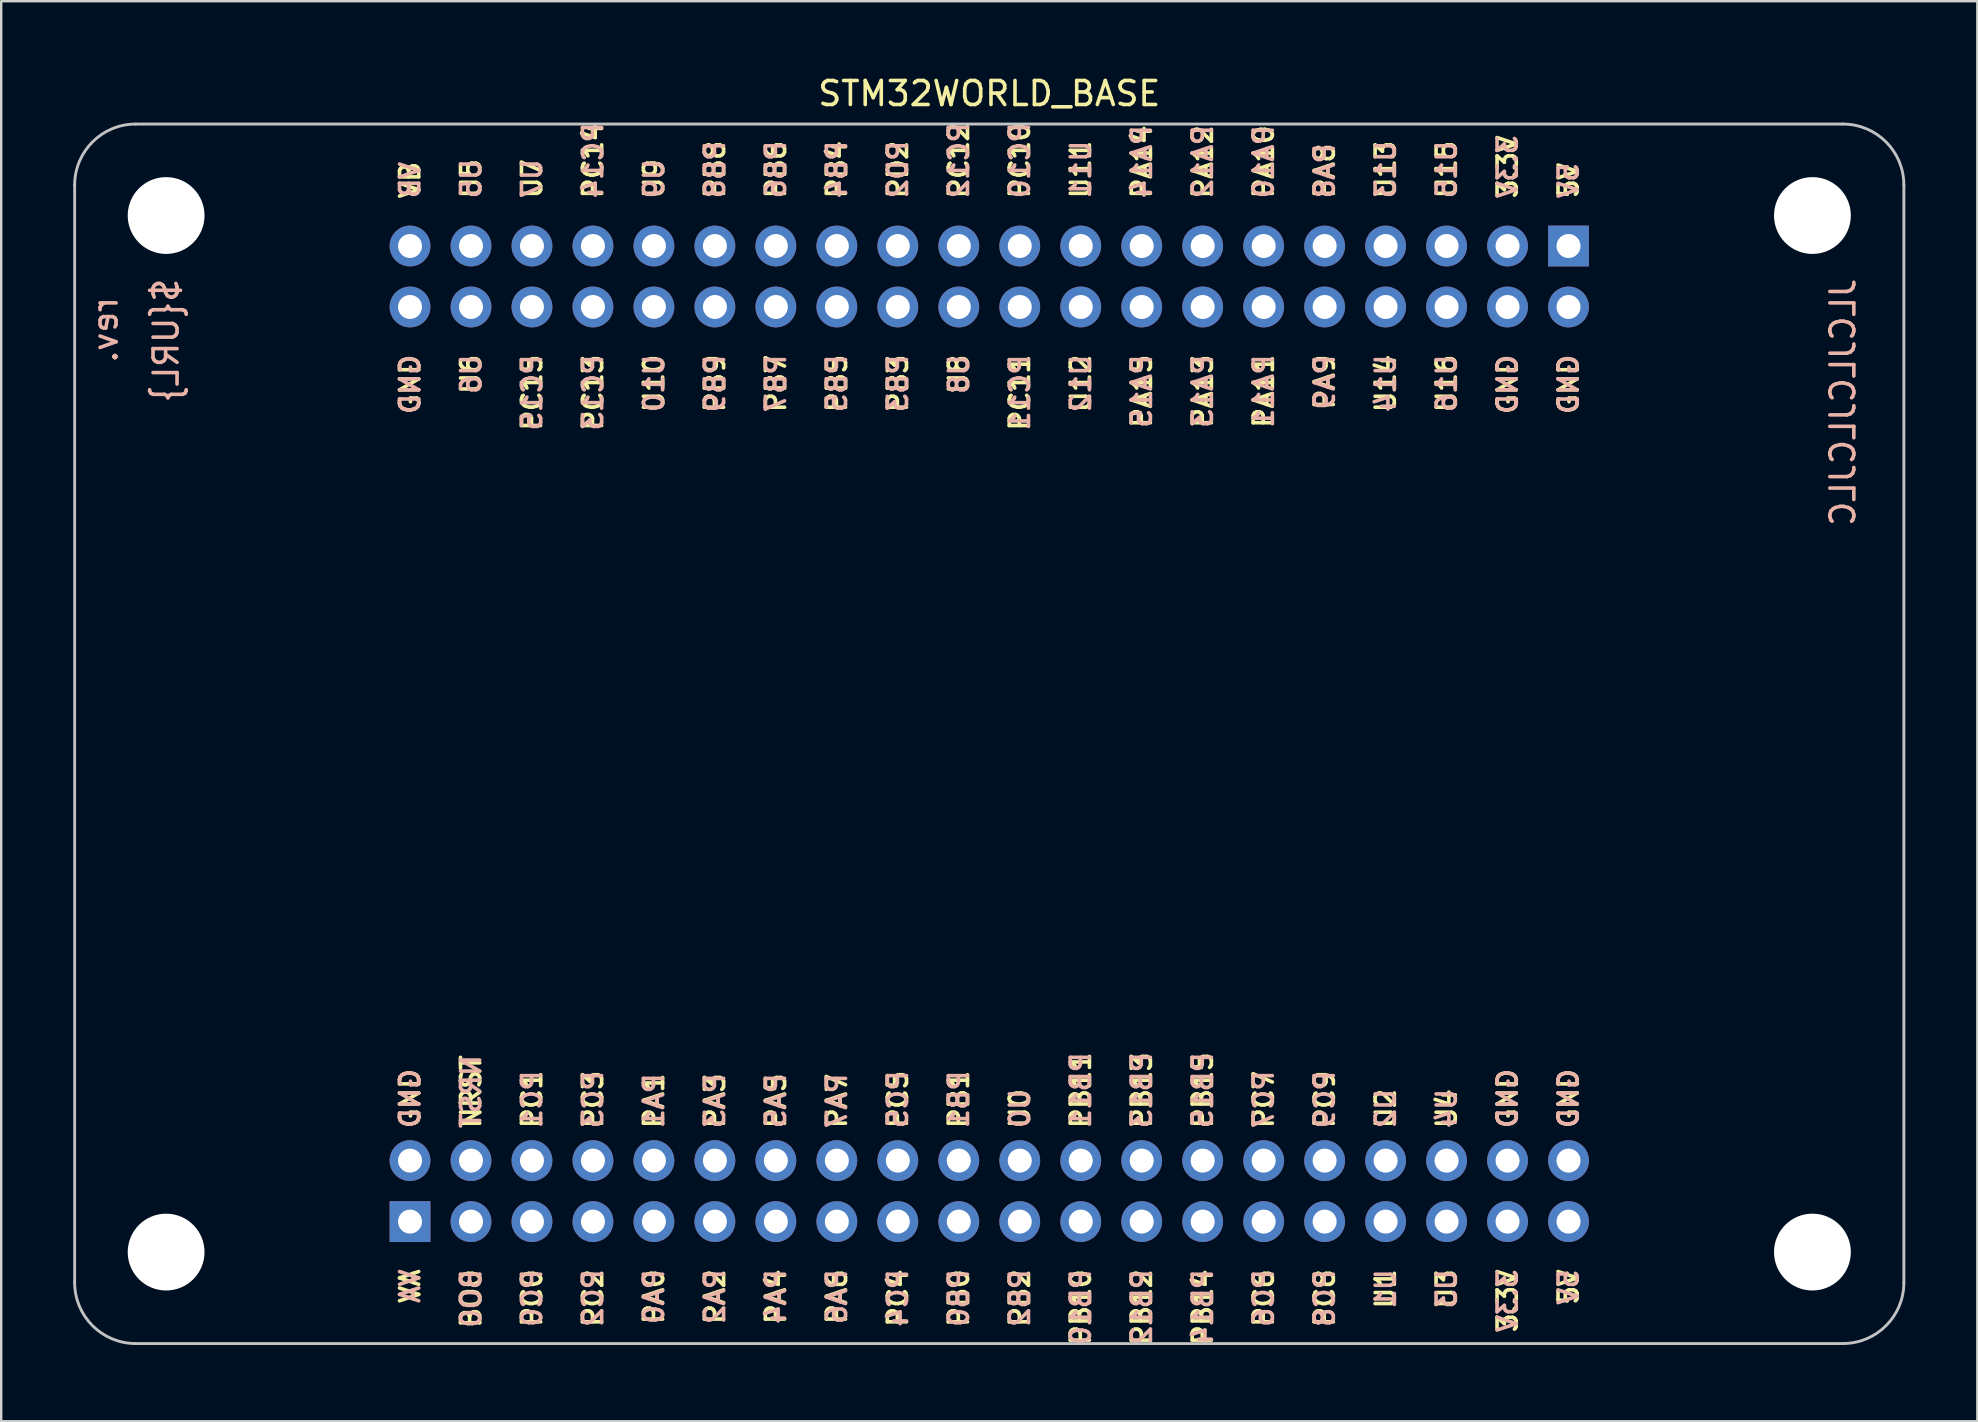
<source format=kicad_pcb>
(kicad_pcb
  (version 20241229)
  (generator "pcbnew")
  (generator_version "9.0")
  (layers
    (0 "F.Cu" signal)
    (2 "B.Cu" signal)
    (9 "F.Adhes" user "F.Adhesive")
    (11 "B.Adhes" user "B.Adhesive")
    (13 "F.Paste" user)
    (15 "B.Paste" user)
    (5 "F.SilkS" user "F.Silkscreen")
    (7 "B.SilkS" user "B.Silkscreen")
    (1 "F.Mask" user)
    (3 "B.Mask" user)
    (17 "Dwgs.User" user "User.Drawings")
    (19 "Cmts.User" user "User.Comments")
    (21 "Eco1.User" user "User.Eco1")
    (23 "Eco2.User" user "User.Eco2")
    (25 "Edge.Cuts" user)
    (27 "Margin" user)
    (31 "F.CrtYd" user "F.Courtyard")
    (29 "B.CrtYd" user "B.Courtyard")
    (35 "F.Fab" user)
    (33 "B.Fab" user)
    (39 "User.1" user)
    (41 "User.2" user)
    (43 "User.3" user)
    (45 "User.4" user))
  (footprint "STM32WORLD_BASE"
    (layer "F.Cu")
    (at 38.16 27.518)
    (property "Reference" "STM32WORLD_BASE" (at 0 -26.67 0) (layer "F.SilkS") (effects (font (size 1 1) (thickness 0.15))))
    (attr through_hole exclude_from_pos_files exclude_from_bom)
    (fp_line (start -38.1 -22.86) (end -38.1 22.86) (stroke (width 0.12) (type solid)) (layer "Dwgs.User"))
    (fp_line (start -35.56 25.4) (end 35.56 25.4) (stroke (width 0.12) (type solid)) (layer "Dwgs.User"))
    (fp_line (start 35.56 -25.4) (end -35.56 -25.4) (stroke (width 0.12) (type solid)) (layer "Dwgs.User"))
    (fp_line (start 38.1 22.86) (end 38.1 -22.86) (stroke (width 0.12) (type solid)) (layer "Dwgs.User"))
    (fp_arc (start -38.1 -22.86) (mid -37.356051 -24.656051) (end -35.56 -25.4) (stroke (width 0.12) (type solid)) (layer "Dwgs.User"))
    (fp_arc (start -35.56 25.4) (mid -37.356051 24.656051) (end -38.1 22.86) (stroke (width 0.12) (type solid)) (layer "Dwgs.User"))
    (fp_arc (start 35.56 -25.4) (mid 37.356051 -24.656051) (end 38.1 -22.86) (stroke (width 0.12) (type solid)) (layer "Dwgs.User"))
    (fp_arc (start 38.1 22.86) (mid 37.356051 24.656051) (end 35.56 25.4) (stroke (width 0.12) (type solid)) (layer "Dwgs.User"))
    (fp_text user "U7" (at -19.05 -22.225 90) (layer "F.SilkS") (effects (font (size 0.8 0.8) (thickness 0.15)) (justify left)))
    (fp_text user "PA11" (at 11.43 -15.875 90) (layer "F.SilkS") (effects (font (size 0.8 0.8) (thickness 0.15)) (justify right)))
    (fp_text user "PB5" (at -6.35 -15.875 90) (layer "F.SilkS") (effects (font (size 0.8 0.8) (thickness 0.15)) (justify right)))
    (fp_text user "PB15" (at 8.89 16.51 90) (layer "F.SilkS") (effects (font (size 0.8 0.8) (thickness 0.15)) (justify left)))
    (fp_text user "PA15" (at 6.35 -15.875 90) (layer "F.SilkS") (effects (font (size 0.8 0.8) (thickness 0.15)) (justify right)))
    (fp_text user "U0" (at 1.27 16.51 90) (layer "F.SilkS") (effects (font (size 0.8 0.8) (thickness 0.15)) (justify left)))
    (fp_text user "U6" (at -21.59 -15.875 90) (layer "F.SilkS") (effects (font (size 0.8 0.8) (thickness 0.15)) (justify right)))
    (fp_text user "BO0" (at -21.59 22.225 90) (layer "F.SilkS") (effects (font (size 0.8 0.8) (thickness 0.15)) (justify right)))
    (fp_text user "PB13" (at 6.35 16.51 90) (layer "F.SilkS") (effects (font (size 0.8 0.8) (thickness 0.15)) (justify left)))
    (fp_text user "PA4" (at -8.89 22.225 90) (layer "F.SilkS") (effects (font (size 0.8 0.8) (thickness 0.15)) (justify right)))
    (fp_text user "3.3V" (at 21.59 -22.225 90) (layer "F.SilkS") (effects (font (size 0.8 0.8) (thickness 0.15)) (justify left)))
    (fp_text user "PA10" (at 11.43 -22.225 90) (layer "F.SilkS") (effects (font (size 0.8 0.8) (thickness 0.15)) (justify left)))
    (fp_text user "3.3V" (at 21.59 22.225 90) (layer "F.SilkS") (effects (font (size 0.8 0.8) (thickness 0.15)) (justify right)))
    (fp_text user "PB14" (at 8.89 22.225 90) (layer "F.SilkS") (effects (font (size 0.8 0.8) (thickness 0.15)) (justify right)))
    (fp_text user "PD2" (at -3.81 -22.225 90) (layer "F.SilkS") (effects (font (size 0.8 0.8) (thickness 0.15)) (justify left)))
    (fp_text user "PC15" (at -19.05 -15.875 90) (layer "F.SilkS") (effects (font (size 0.8 0.8) (thickness 0.15)) (justify right)))
    (fp_text user "PC6" (at 11.43 22.225 90) (layer "F.SilkS") (effects (font (size 0.8 0.8) (thickness 0.15)) (justify right)))
    (fp_text user "U9" (at -13.97 -22.225 90) (layer "F.SilkS") (effects (font (size 0.8 0.8) (thickness 0.15)) (justify left)))
    (fp_text user "U12" (at 3.81 -15.875 90) (layer "F.SilkS") (effects (font (size 0.8 0.8) (thickness 0.15)) (justify right)))
    (fp_text user "PB0" (at -1.27 22.225 90) (layer "F.SilkS") (effects (font (size 0.8 0.8) (thickness 0.15)) (justify right)))
    (fp_text user "U4" (at 19.05 16.51 90) (layer "F.SilkS") (effects (font (size 0.8 0.8) (thickness 0.15)) (justify left)))
    (fp_text user "PA14" (at 6.35 -22.225 90) (layer "F.SilkS") (effects (font (size 0.8 0.8) (thickness 0.15)) (justify left)))
    (fp_text user "U8" (at -1.27 -15.875 90) (layer "F.SilkS") (effects (font (size 0.8 0.8) (thickness 0.15)) (justify right)))
    (fp_text user "PC13" (at -16.51 -15.875 90) (layer "F.SilkS") (effects (font (size 0.8 0.8) (thickness 0.15)) (justify right)))
    (fp_text user "GND" (at 21.59 16.51 90) (layer "F.SilkS") (effects (font (size 0.8 0.8) (thickness 0.15)) (justify left)))
    (fp_text user "PC0" (at -19.05 22.225 90) (layer "F.SilkS") (effects (font (size 0.8 0.8) (thickness 0.15)) (justify right)))
    (fp_text user "PC2" (at -16.51 22.225 90) (layer "F.SilkS") (effects (font (size 0.8 0.8) (thickness 0.15)) (justify right)))
    (fp_text user "PA1" (at -13.97 16.51 90) (layer "F.SilkS") (effects (font (size 0.8 0.8) (thickness 0.15)) (justify left)))
    (fp_text user "PA5" (at -8.89 16.51 90) (layer "F.SilkS") (effects (font (size 0.8 0.8) (thickness 0.15)) (justify left)))
    (fp_text user "GND" (at 21.59 -15.875 90) (layer "F.SilkS") (effects (font (size 0.8 0.8) (thickness 0.15)) (justify right)))
    (fp_text user "U10" (at -13.97 -15.875 90) (layer "F.SilkS") (effects (font (size 0.8 0.8) (thickness 0.15)) (justify right)))
    (fp_text user "U5" (at -21.59 -22.225 90) (layer "F.SilkS") (effects (font (size 0.8 0.8) (thickness 0.15)) (justify left)))
    (fp_text user "PC9" (at 13.97 16.51 90) (layer "F.SilkS") (effects (font (size 0.8 0.8) (thickness 0.15)) (justify left)))
    (fp_text user "PA8" (at 13.97 -22.225 90) (layer "F.SilkS") (effects (font (size 0.8 0.8) (thickness 0.15)) (justify left)))
    (fp_text user "GND" (at -24.13 -15.875 90) (layer "F.SilkS") (effects (font (size 0.8 0.8) (thickness 0.15)) (justify right)))
    (fp_text user "PA0" (at -13.97 22.225 90) (layer "F.SilkS") (effects (font (size 0.8 0.8) (thickness 0.15)) (justify right)))
    (fp_text user "PC1" (at -19.05 16.51 90) (layer "F.SilkS") (effects (font (size 0.8 0.8) (thickness 0.15)) (justify left)))
    (fp_text user "U3" (at 19.05 22.225 90) (layer "F.SilkS") (effects (font (size 0.8 0.8) (thickness 0.15)) (justify right)))
    (fp_text user "PB2" (at 1.27 22.225 90) (layer "F.SilkS") (effects (font (size 0.8 0.8) (thickness 0.15)) (justify right)))
    (fp_text user "VA" (at -24.13 22.225 90) (layer "F.SilkS") (effects (font (size 0.8 0.8) (thickness 0.15)) (justify right)))
    (fp_text user "U1" (at 16.51 22.225 90) (layer "F.SilkS") (effects (font (size 0.8 0.8) (thickness 0.15)) (justify right)))
    (fp_text user "PB9" (at -11.43 -15.875 90) (layer "F.SilkS") (effects (font (size 0.8 0.8) (thickness 0.15)) (justify right)))
    (fp_text user "PC3" (at -16.51 16.51 90) (layer "F.SilkS") (effects (font (size 0.8 0.8) (thickness 0.15)) (justify left)))
    (fp_text user "U14" (at 16.51 -15.875 90) (layer "F.SilkS") (effects (font (size 0.8 0.8) (thickness 0.15)) (justify right)))
    (fp_text user "PB10" (at 3.81 22.225 90) (layer "F.SilkS") (effects (font (size 0.8 0.8) (thickness 0.15)) (justify right)))
    (fp_text user "PC5" (at -3.81 16.51 90) (layer "F.SilkS") (effects (font (size 0.8 0.8) (thickness 0.15)) (justify left)))
    (fp_text user "PA7" (at -6.35 16.51 90) (layer "F.SilkS") (effects (font (size 0.8 0.8) (thickness 0.15)) (justify left)))
    (fp_text user "U2" (at 16.51 16.51 90) (layer "F.SilkS") (effects (font (size 0.8 0.8) (thickness 0.15)) (justify left)))
    (fp_text user "PA2" (at -11.43 22.225 90) (layer "F.SilkS") (effects (font (size 0.8 0.8) (thickness 0.15)) (justify right)))
    (fp_text user "PA9" (at 13.97 -15.875 90) (layer "F.SilkS") (effects (font (size 0.8 0.8) (thickness 0.15)) (justify right)))
    (fp_text user "U13" (at 16.51 -22.225 90) (layer "F.SilkS") (effects (font (size 0.8 0.8) (thickness 0.15)) (justify left)))
    (fp_text user "PB7" (at -8.89 -15.875 90) (layer "F.SilkS") (effects (font (size 0.8 0.8) (thickness 0.15)) (justify right)))
    (fp_text user "U15" (at 19.05 -22.225 90) (layer "F.SilkS") (effects (font (size 0.8 0.8) (thickness 0.15)) (justify left)))
    (fp_text user "PC4" (at -3.81 22.225 90) (layer "F.SilkS") (effects (font (size 0.8 0.8) (thickness 0.15)) (justify right)))
    (fp_text user "PB12" (at 6.35 22.225 90) (layer "F.SilkS") (effects (font (size 0.8 0.8) (thickness 0.15)) (justify right)))
    (fp_text user "VB" (at -24.13 -22.225 90) (layer "F.SilkS") (effects (font (size 0.8 0.8) (thickness 0.15)) (justify left)))
    (fp_text user "U16" (at 19.05 -15.875 90) (layer "F.SilkS") (effects (font (size 0.8 0.8) (thickness 0.15)) (justify right)))
    (fp_text user "PA13" (at 8.89 -15.875 90) (layer "F.SilkS") (effects (font (size 0.8 0.8) (thickness 0.15)) (justify right)))
    (fp_text user "PB3" (at -3.81 -15.875 90) (layer "F.SilkS") (effects (font (size 0.8 0.8) (thickness 0.15)) (justify right)))
    (fp_text user "PC14" (at -16.51 -22.225 90) (layer "F.SilkS") (effects (font (size 0.8 0.8) (thickness 0.15)) (justify left)))
    (fp_text user "PA6" (at -6.35 22.225 90) (layer "F.SilkS") (effects (font (size 0.8 0.8) (thickness 0.15)) (justify right)))
    (fp_text user "PB11" (at 3.81 16.51 90) (layer "F.SilkS") (effects (font (size 0.8 0.8) (thickness 0.15)) (justify left)))
    (fp_text user "PC10" (at 1.27 -22.225 90) (layer "F.SilkS") (effects (font (size 0.8 0.8) (thickness 0.15)) (justify left)))
    (fp_text user "5V" (at 24.13 -22.225 90) (layer "F.SilkS") (effects (font (size 0.8 0.8) (thickness 0.15)) (justify left)))
    (fp_text user "PB8" (at -11.43 -22.225 90) (layer "F.SilkS") (effects (font (size 0.8 0.8) (thickness 0.15)) (justify left)))
    (fp_text user "PA3" (at -11.43 16.51 90) (layer "F.SilkS") (effects (font (size 0.8 0.8) (thickness 0.15)) (justify left)))
    (fp_text user "PC12" (at -1.27 -22.225 90) (layer "F.SilkS") (effects (font (size 0.8 0.8) (thickness 0.15)) (justify left)))
    (fp_text user "GND" (at 24.13 16.51 90) (layer "F.SilkS") (effects (font (size 0.8 0.8) (thickness 0.15)) (justify left)))
    (fp_text user "PC11" (at 1.27 -15.875 90) (layer "F.SilkS") (effects (font (size 0.8 0.8) (thickness 0.15)) (justify right)))
    (fp_text user "U11" (at 3.81 -22.225 90) (layer "F.SilkS") (effects (font (size 0.8 0.8) (thickness 0.15)) (justify left)))
    (fp_text user "PB4" (at -6.35 -22.225 90) (layer "F.SilkS") (effects (font (size 0.8 0.8) (thickness 0.15)) (justify left)))
    (fp_text user "GND" (at 24.13 -15.875 90) (layer "F.SilkS") (effects (font (size 0.8 0.8) (thickness 0.15)) (justify right)))
    (fp_text user "PC7" (at 11.43 16.51 90) (layer "F.SilkS") (effects (font (size 0.8 0.8) (thickness 0.15)) (justify left)))
    (fp_text user "5V" (at 24.13 22.225 90) (layer "F.SilkS") (effects (font (size 0.8 0.8) (thickness 0.15)) (justify right)))
    (fp_text user "PC8" (at 13.97 22.225 90) (layer "F.SilkS") (effects (font (size 0.8 0.8) (thickness 0.15)) (justify right)))
    (fp_text user "GND" (at -24.13 16.51 90) (layer "F.SilkS") (effects (font (size 0.8 0.8) (thickness 0.15)) (justify left)))
    (fp_text user "PB6" (at -8.89 -22.225 90) (layer "F.SilkS") (effects (font (size 0.8 0.8) (thickness 0.15)) (justify left)))
    (fp_text user "PB1" (at -1.27 16.51 90) (layer "F.SilkS") (effects (font (size 0.8 0.8) (thickness 0.15)) (justify left)))
    (fp_text user "NRST" (at -21.59 16.51 90) (layer "F.SilkS") (effects (font (size 0.8 0.8) (thickness 0.15)) (justify left)))
    (fp_text user "PA12" (at 8.89 -22.225 90) (layer "F.SilkS") (effects (font (size 0.8 0.8) (thickness 0.15)) (justify left)))
    (fp_text user "PB6" (at -8.89 -22.225 90) (layer "B.SilkS") (effects (font (size 0.8 0.8) (thickness 0.15)) (justify right mirror)))
    (fp_text user "U6" (at -21.59 -15.875 90) (layer "B.SilkS") (effects (font (size 0.8 0.8) (thickness 0.15)) (justify left mirror)))
    (fp_text user "PC4" (at -3.81 22.225 90) (layer "B.SilkS") (effects (font (size 0.8 0.8) (thickness 0.15)) (justify left mirror)))
    (fp_text user "PA4" (at -8.89 22.225 90) (layer "B.SilkS") (effects (font (size 0.8 0.8) (thickness 0.15)) (justify left mirror)))
    (fp_text user "${TITLE} rev. ${REVISION}" (at -36.83 -19.05 90) (unlocked yes) (layer "B.SilkS") (effects (font (size 1 1) (thickness 0.15)) (justify left mirror)))
    (fp_text user "U16" (at 19.05 -15.875 90) (layer "B.SilkS") (effects (font (size 0.8 0.8) (thickness 0.15)) (justify left mirror)))
    (fp_text user "PA13" (at 8.89 -15.875 90) (layer "B.SilkS") (effects (font (size 0.8 0.8) (thickness 0.15)) (justify left mirror)))
    (fp_text user "PC0" (at -19.05 22.225 90) (layer "B.SilkS") (effects (font (size 0.8 0.8) (thickness 0.15)) (justify left mirror)))
    (fp_text user "PC1" (at -19.05 16.51 90) (layer "B.SilkS") (effects (font (size 0.8 0.8) (thickness 0.15)) (justify right mirror)))
    (fp_text user "${URL}" (at -34.29 -19.05 90) (unlocked yes) (layer "B.SilkS") (effects (font (size 1 1) (thickness 0.15)) (justify left mirror)))
    (fp_text user "PB5" (at -6.35 -15.875 90) (layer "B.SilkS") (effects (font (size 0.8 0.8) (thickness 0.15)) (justify left mirror)))
    (fp_text user "U3" (at 19.05 22.225 90) (layer "B.SilkS") (effects (font (size 0.8 0.8) (thickness 0.15)) (justify left mirror)))
    (fp_text user "PB2" (at 1.27 22.225 90) (layer "B.SilkS") (effects (font (size 0.8 0.8) (thickness 0.15)) (justify left mirror)))
    (fp_text user "U9" (at -13.97 -22.225 90) (layer "B.SilkS") (effects (font (size 0.8 0.8) (thickness 0.15)) (justify right mirror)))
    (fp_text user "PB14" (at 8.89 22.225 90) (layer "B.SilkS") (effects (font (size 0.8 0.8) (thickness 0.15)) (justify left mirror)))
    (fp_text user "PB13" (at 6.35 16.51 90) (layer "B.SilkS") (effects (font (size 0.8 0.8) (thickness 0.15)) (justify right mirror)))
    (fp_text user "BO0" (at -21.59 22.225 90) (layer "B.SilkS") (effects (font (size 0.8 0.8) (thickness 0.15)) (justify left mirror)))
    (fp_text user "VA" (at -24.13 22.225 90) (layer "B.SilkS") (effects (font (size 0.8 0.8) (thickness 0.15)) (justify left mirror)))
    (fp_text user "PC6" (at 11.43 22.225 90) (layer "B.SilkS") (effects (font (size 0.8 0.8) (thickness 0.15)) (justify left mirror)))
    (fp_text user "GND" (at 24.13 16.51 90) (layer "B.SilkS") (effects (font (size 0.8 0.8) (thickness 0.15)) (justify right mirror)))
    (fp_text user "VB" (at -24.13 -22.225 90) (layer "B.SilkS") (effects (font (size 0.8 0.8) (thickness 0.15)) (justify right mirror)))
    (fp_text user "U2" (at 16.51 16.51 90) (layer "B.SilkS") (effects (font (size 0.8 0.8) (thickness 0.15)) (justify right mirror)))
    (fp_text user "3.3V" (at 21.59 -22.225 90) (layer "B.SilkS") (effects (font (size 0.8 0.8) (thickness 0.15)) (justify right mirror)))
    (fp_text user "PA14" (at 6.35 -22.225 90) (layer "B.SilkS") (effects (font (size 0.8 0.8) (thickness 0.15)) (justify right mirror)))
    (fp_text user "U13" (at 16.51 -22.225 90) (layer "B.SilkS") (effects (font (size 0.8 0.8) (thickness 0.15)) (justify right mirror)))
    (fp_text user "PA11" (at 11.43 -15.875 90) (layer "B.SilkS") (effects (font (size 0.8 0.8) (thickness 0.15)) (justify left mirror)))
    (fp_text user "PA1" (at -13.97 16.51 90) (layer "B.SilkS") (effects (font (size 0.8 0.8) (thickness 0.15)) (justify right mirror)))
    (fp_text user "PC12" (at -1.27 -22.225 90) (layer "B.SilkS") (effects (font (size 0.8 0.8) (thickness 0.15)) (justify right mirror)))
    (fp_text user "PA15" (at 6.35 -15.875 90) (layer "B.SilkS") (effects (font (size 0.8 0.8) (thickness 0.15)) (justify left mirror)))
    (fp_text user "JLCJLCJLCJLC" (at 35.56 -19.05 90) (unlocked yes) (layer "B.SilkS") (effects (font (size 1 1) (thickness 0.15)) (justify left mirror)))
    (fp_text user "U5" (at -21.59 -22.225 90) (layer "B.SilkS") (effects (font (size 0.8 0.8) (thickness 0.15)) (justify right mirror)))
    (fp_text user "GND" (at 21.59 -15.875 90) (layer "B.SilkS") (effects (font (size 0.8 0.8) (thickness 0.15)) (justify left mirror)))
    (fp_text user "U0" (at 1.27 16.51 90) (layer "B.SilkS") (effects (font (size 0.8 0.8) (thickness 0.15)) (justify right mirror)))
    (fp_text user "PB9" (at -11.43 -15.875 90) (layer "B.SilkS") (effects (font (size 0.8 0.8) (thickness 0.15)) (justify left mirror)))
    (fp_text user "PD2" (at -3.81 -22.225 90) (layer "B.SilkS") (effects (font (size 0.8 0.8) (thickness 0.15)) (justify right mirror)))
    (fp_text user "U4" (at 19.05 16.51 90) (layer "B.SilkS") (effects (font (size 0.8 0.8) (thickness 0.15)) (justify right mirror)))
    (fp_text user "U7" (at -19.05 -22.225 90) (layer "B.SilkS") (effects (font (size 0.8 0.8) (thickness 0.15)) (justify right mirror)))
    (fp_text user "PA12" (at 8.89 -22.225 90) (layer "B.SilkS") (effects (font (size 0.8 0.8) (thickness 0.15)) (justify right mirror)))
    (fp_text user "PA0" (at -13.97 22.225 90) (layer "B.SilkS") (effects (font (size 0.8 0.8) (thickness 0.15)) (justify left mirror)))
    (fp_text user "PB11" (at 3.81 16.51 90) (layer "B.SilkS") (effects (font (size 0.8 0.8) (thickness 0.15)) (justify right mirror)))
    (fp_text user "5V" (at 24.13 -22.225 90) (layer "B.SilkS") (effects (font (size 0.8 0.8) (thickness 0.15)) (justify right mirror)))
    (fp_text user "PC9" (at 13.97 16.51 90) (layer "B.SilkS") (effects (font (size 0.8 0.8) (thickness 0.15)) (justify right mirror)))
    (fp_text user "PB7" (at -8.89 -15.875 90) (layer "B.SilkS") (effects (font (size 0.8 0.8) (thickness 0.15)) (justify left mirror)))
    (fp_text user "PA7" (at -6.35 16.51 90) (layer "B.SilkS") (effects (font (size 0.8 0.8) (thickness 0.15)) (justify right mirror)))
    (fp_text user "U8" (at -1.27 -15.875 90) (layer "B.SilkS") (effects (font (size 0.8 0.8) (thickness 0.15)) (justify left mirror)))
    (fp_text user "NRST" (at -21.59 16.51 90) (layer "B.SilkS") (effects (font (size 0.8 0.8) (thickness 0.15)) (justify right mirror)))
    (fp_text user "GND" (at -24.13 -15.875 90) (layer "B.SilkS") (effects (font (size 0.8 0.8) (thickness 0.15)) (justify left mirror)))
    (fp_text user "U1" (at 16.51 22.225 90) (layer "B.SilkS") (effects (font (size 0.8 0.8) (thickness 0.15)) (justify left mirror)))
    (fp_text user "U10" (at -13.97 -15.875 90) (layer "B.SilkS") (effects (font (size 0.8 0.8) (thickness 0.15)) (justify left mirror)))
    (fp_text user "PB15" (at 8.89 16.51 90) (layer "B.SilkS") (effects (font (size 0.8 0.8) (thickness 0.15)) (justify right mirror)))
    (fp_text user "PB1" (at -1.27 16.51 90) (layer "B.SilkS") (effects (font (size 0.8 0.8) (thickness 0.15)) (justify right mirror)))
    (fp_text user "PA3" (at -11.43 16.51 90) (layer "B.SilkS") (effects (font (size 0.8 0.8) (thickness 0.15)) (justify right mirror)))
    (fp_text user "PA9" (at 13.97 -15.875 90) (layer "B.SilkS") (effects (font (size 0.8 0.8) (thickness 0.15)) (justify left mirror)))
    (fp_text user "GND" (at -24.13 16.51 90) (layer "B.SilkS") (effects (font (size 0.8 0.8) (thickness 0.15)) (justify right mirror)))
    (fp_text user "U11" (at 3.81 -22.225 90) (layer "B.SilkS") (effects (font (size 0.8 0.8) (thickness 0.15)) (justify right mirror)))
    (fp_text user "PB4" (at -6.35 -22.225 90) (layer "B.SilkS") (effects (font (size 0.8 0.8) (thickness 0.15)) (justify right mirror)))
    (fp_text user "PC3" (at -16.51 16.51 90) (layer "B.SilkS") (effects (font (size 0.8 0.8) (thickness 0.15)) (justify right mirror)))
    (fp_text user "U14" (at 16.51 -15.875 90) (layer "B.SilkS") (effects (font (size 0.8 0.8) (thickness 0.15)) (justify left mirror)))
    (fp_text user "PC5" (at -3.81 16.51 90) (layer "B.SilkS") (effects (font (size 0.8 0.8) (thickness 0.15)) (justify right mirror)))
    (fp_text user "PB3" (at -3.81 -15.875 90) (layer "B.SilkS") (effects (font (size 0.8 0.8) (thickness 0.15)) (justify left mirror)))
    (fp_text user "PA8" (at 13.97 -22.225 90) (layer "B.SilkS") (effects (font (size 0.8 0.8) (thickness 0.15)) (justify right mirror)))
    (fp_text user "PA6" (at -6.35 22.225 90) (layer "B.SilkS") (effects (font (size 0.8 0.8) (thickness 0.15)) (justify left mirror)))
    (fp_text user "PB8" (at -11.43 -22.225 90) (layer "B.SilkS") (effects (font (size 0.8 0.8) (thickness 0.15)) (justify right mirror)))
    (fp_text user "GND" (at 21.59 16.51 90) (layer "B.SilkS") (effects (font (size 0.8 0.8) (thickness 0.15)) (justify right mirror)))
    (fp_text user "PC2" (at -16.51 22.225 90) (layer "B.SilkS") (effects (font (size 0.8 0.8) (thickness 0.15)) (justify left mirror)))
    (fp_text user "PC13" (at -16.51 -15.875 90) (layer "B.SilkS") (effects (font (size 0.8 0.8) (thickness 0.15)) (justify left mirror)))
    (fp_text user "PA10" (at 11.43 -22.225 90) (layer "B.SilkS") (effects (font (size 0.8 0.8) (thickness 0.15)) (justify right mirror)))
    (fp_text user "PC8" (at 13.97 22.225 90) (layer "B.SilkS") (effects (font (size 0.8 0.8) (thickness 0.15)) (justify left mirror)))
    (fp_text user "PC15" (at -19.05 -15.875 90) (layer "B.SilkS") (effects (font (size 0.8 0.8) (thickness 0.15)) (justify left mirror)))
    (fp_text user "5V" (at 24.13 22.225 90) (layer "B.SilkS") (effects (font (size 0.8 0.8) (thickness 0.15)) (justify left mirror)))
    (fp_text user "U12" (at 3.81 -15.875 90) (layer "B.SilkS") (effects (font (size 0.8 0.8) (thickness 0.15)) (justify left mirror)))
    (fp_text user "PA5" (at -8.89 16.51 90) (layer "B.SilkS") (effects (font (size 0.8 0.8) (thickness 0.15)) (justify right mirror)))
    (fp_text user "PA2" (at -11.43 22.225 90) (layer "B.SilkS") (effects (font (size 0.8 0.8) (thickness 0.15)) (justify left mirror)))
    (fp_text user "PC14" (at -16.51 -22.225 90) (layer "B.SilkS") (effects (font (size 0.8 0.8) (thickness 0.15)) (justify right mirror)))
    (fp_text user "PB12" (at 6.35 22.225 90) (layer "B.SilkS") (effects (font (size 0.8 0.8) (thickness 0.15)) (justify left mirror)))
    (fp_text user "PB0" (at -1.27 22.225 90) (layer "B.SilkS") (effects (font (size 0.8 0.8) (thickness 0.15)) (justify left mirror)))
    (fp_text user "PC10" (at 1.27 -22.225 90) (layer "B.SilkS") (effects (font (size 0.8 0.8) (thickness 0.15)) (justify right mirror)))
    (fp_text user "3.3V" (at 21.59 22.225 90) (layer "B.SilkS") (effects (font (size 0.8 0.8) (thickness 0.15)) (justify left mirror)))
    (fp_text user "PC11" (at 1.27 -15.875 90) (layer "B.SilkS") (effects (font (size 0.8 0.8) (thickness 0.15)) (justify left mirror)))
    (fp_text user "GND" (at 24.13 -15.875 90) (layer "B.SilkS") (effects (font (size 0.8 0.8) (thickness 0.15)) (justify left mirror)))
    (fp_text user "PB10" (at 3.81 22.225 90) (layer "B.SilkS") (effects (font (size 0.8 0.8) (thickness 0.15)) (justify left mirror)))
    (fp_text user "U15" (at 19.05 -22.225 90) (layer "B.SilkS") (effects (font (size 0.8 0.8) (thickness 0.15)) (justify right mirror)))
    (fp_text user "PC7" (at 11.43 16.51 90) (layer "B.SilkS") (effects (font (size 0.8 0.8) (thickness 0.15)) (justify right mirror)))
    (pad "" np_thru_hole circle (at -34.29 -21.59) (size 3.2 3.2) (drill 3.2) (layers "*.Cu" "*.Mask"))
    (pad "" np_thru_hole circle (at -34.29 21.59) (size 3.2 3.2) (drill 3.2) (layers "*.Cu" "*.Mask"))
    (pad "" np_thru_hole circle (at 34.29 -21.59) (size 3.2 3.2) (drill 3.2) (layers "*.Cu" "*.Mask"))
    (pad "" np_thru_hole circle (at 34.29 21.59) (size 3.2 3.2) (drill 3.2) (layers "*.Cu" "*.Mask"))
    (pad "1" thru_hole rect (at -24.13 20.32) (size 1.7 1.7) (drill 1) (layers "*.Cu" "*.Mask"))
    (pad "2" thru_hole circle (at -24.13 17.78) (size 1.7 1.7) (drill 1) (layers "*.Cu" "*.Mask"))
    (pad "3" thru_hole circle (at -21.59 20.32) (size 1.7 1.7) (drill 1) (layers "*.Cu" "*.Mask"))
    (pad "4" thru_hole circle (at -21.59 17.78) (size 1.7 1.7) (drill 1) (layers "*.Cu" "*.Mask"))
    (pad "5" thru_hole circle (at -19.05 20.32) (size 1.7 1.7) (drill 1) (layers "*.Cu" "*.Mask"))
    (pad "6" thru_hole circle (at -19.05 17.78) (size 1.7 1.7) (drill 1) (layers "*.Cu" "*.Mask"))
    (pad "7" thru_hole circle (at -16.51 20.32) (size 1.7 1.7) (drill 1) (layers "*.Cu" "*.Mask"))
    (pad "8" thru_hole circle (at -16.51 17.78) (size 1.7 1.7) (drill 1) (layers "*.Cu" "*.Mask"))
    (pad "9" thru_hole circle (at -13.97 20.32) (size 1.7 1.7) (drill 1) (layers "*.Cu" "*.Mask"))
    (pad "10" thru_hole circle (at -13.97 17.78) (size 1.7 1.7) (drill 1) (layers "*.Cu" "*.Mask"))
    (pad "11" thru_hole circle (at -11.43 20.32) (size 1.7 1.7) (drill 1) (layers "*.Cu" "*.Mask"))
    (pad "12" thru_hole circle (at -11.43 17.78) (size 1.7 1.7) (drill 1) (layers "*.Cu" "*.Mask"))
    (pad "13" thru_hole circle (at -8.89 20.32) (size 1.7 1.7) (drill 1) (layers "*.Cu" "*.Mask"))
    (pad "14" thru_hole circle (at -8.89 17.78) (size 1.7 1.7) (drill 1) (layers "*.Cu" "*.Mask"))
    (pad "15" thru_hole circle (at -6.35 20.32) (size 1.7 1.7) (drill 1) (layers "*.Cu" "*.Mask"))
    (pad "16" thru_hole circle (at -6.35 17.78) (size 1.7 1.7) (drill 1) (layers "*.Cu" "*.Mask"))
    (pad "17" thru_hole circle (at -3.81 20.32) (size 1.7 1.7) (drill 1) (layers "*.Cu" "*.Mask"))
    (pad "18" thru_hole circle (at -3.81 17.78) (size 1.7 1.7) (drill 1) (layers "*.Cu" "*.Mask"))
    (pad "19" thru_hole circle (at -1.27 20.32) (size 1.7 1.7) (drill 1) (layers "*.Cu" "*.Mask"))
    (pad "20" thru_hole circle (at -1.27 17.78) (size 1.7 1.7) (drill 1) (layers "*.Cu" "*.Mask"))
    (pad "21" thru_hole circle (at 1.27 20.32) (size 1.7 1.7) (drill 1) (layers "*.Cu" "*.Mask"))
    (pad "22" thru_hole circle (at 1.27 17.78) (size 1.7 1.7) (drill 1) (layers "*.Cu" "*.Mask"))
    (pad "23" thru_hole circle (at 3.81 20.32) (size 1.7 1.7) (drill 1) (layers "*.Cu" "*.Mask"))
    (pad "24" thru_hole circle (at 3.81 17.78) (size 1.7 1.7) (drill 1) (layers "*.Cu" "*.Mask"))
    (pad "25" thru_hole circle (at 6.35 20.32) (size 1.7 1.7) (drill 1) (layers "*.Cu" "*.Mask"))
    (pad "26" thru_hole circle (at 6.35 17.78) (size 1.7 1.7) (drill 1) (layers "*.Cu" "*.Mask"))
    (pad "27" thru_hole circle (at 8.89 20.32) (size 1.7 1.7) (drill 1) (layers "*.Cu" "*.Mask"))
    (pad "28" thru_hole circle (at 8.89 17.78) (size 1.7 1.7) (drill 1) (layers "*.Cu" "*.Mask"))
    (pad "29" thru_hole circle (at 11.43 20.32) (size 1.7 1.7) (drill 1) (layers "*.Cu" "*.Mask"))
    (pad "30" thru_hole circle (at 11.43 17.78) (size 1.7 1.7) (drill 1) (layers "*.Cu" "*.Mask"))
    (pad "31" thru_hole circle (at 13.97 20.32) (size 1.7 1.7) (drill 1) (layers "*.Cu" "*.Mask"))
    (pad "32" thru_hole circle (at 13.97 17.78) (size 1.7 1.7) (drill 1) (layers "*.Cu" "*.Mask"))
    (pad "33" thru_hole circle (at 16.51 20.32) (size 1.7 1.7) (drill 1) (layers "*.Cu" "*.Mask"))
    (pad "34" thru_hole circle (at 16.51 17.78) (size 1.7 1.7) (drill 1) (layers "*.Cu" "*.Mask"))
    (pad "35" thru_hole circle (at 19.05 20.32) (size 1.7 1.7) (drill 1) (layers "*.Cu" "*.Mask"))
    (pad "36" thru_hole circle (at 19.05 17.78) (size 1.7 1.7) (drill 1) (layers "*.Cu" "*.Mask"))
    (pad "37" thru_hole circle (at 21.59 20.32) (size 1.7 1.7) (drill 1) (layers "*.Cu" "*.Mask"))
    (pad "38" thru_hole circle (at 21.59 17.78) (size 1.7 1.7) (drill 1) (layers "*.Cu" "*.Mask"))
    (pad "39" thru_hole circle (at 24.13 20.32) (size 1.7 1.7) (drill 1) (layers "*.Cu" "*.Mask"))
    (pad "40" thru_hole circle (at 24.13 17.78) (size 1.7 1.7) (drill 1) (layers "*.Cu" "*.Mask"))
    (pad "41" thru_hole rect (at 24.13 -20.32) (size 1.7 1.7) (drill 1) (layers "*.Cu" "*.Mask"))
    (pad "42" thru_hole circle (at 24.13 -17.78) (size 1.7 1.7) (drill 1) (layers "*.Cu" "*.Mask"))
    (pad "43" thru_hole circle (at 21.59 -20.32) (size 1.7 1.7) (drill 1) (layers "*.Cu" "*.Mask"))
    (pad "44" thru_hole circle (at 21.59 -17.78) (size 1.7 1.7) (drill 1) (layers "*.Cu" "*.Mask"))
    (pad "45" thru_hole circle (at 19.05 -20.32) (size 1.7 1.7) (drill 1) (layers "*.Cu" "*.Mask"))
    (pad "46" thru_hole circle (at 19.05 -17.78) (size 1.7 1.7) (drill 1) (layers "*.Cu" "*.Mask"))
    (pad "47" thru_hole circle (at 16.51 -20.32) (size 1.7 1.7) (drill 1) (layers "*.Cu" "*.Mask"))
    (pad "48" thru_hole circle (at 16.51 -17.78) (size 1.7 1.7) (drill 1) (layers "*.Cu" "*.Mask"))
    (pad "49" thru_hole circle (at 13.97 -20.32) (size 1.7 1.7) (drill 1) (layers "*.Cu" "*.Mask"))
    (pad "50" thru_hole circle (at 13.97 -17.78) (size 1.7 1.7) (drill 1) (layers "*.Cu" "*.Mask"))
    (pad "51" thru_hole circle (at 11.43 -20.32) (size 1.7 1.7) (drill 1) (layers "*.Cu" "*.Mask"))
    (pad "52" thru_hole circle (at 11.43 -17.78) (size 1.7 1.7) (drill 1) (layers "*.Cu" "*.Mask"))
    (pad "53" thru_hole circle (at 8.89 -20.32) (size 1.7 1.7) (drill 1) (layers "*.Cu" "*.Mask"))
    (pad "54" thru_hole circle (at 8.89 -17.78) (size 1.7 1.7) (drill 1) (layers "*.Cu" "*.Mask"))
    (pad "55" thru_hole circle (at 6.35 -20.32) (size 1.7 1.7) (drill 1) (layers "*.Cu" "*.Mask"))
    (pad "56" thru_hole circle (at 6.35 -17.78) (size 1.7 1.7) (drill 1) (layers "*.Cu" "*.Mask"))
    (pad "57" thru_hole circle (at 3.81 -20.32) (size 1.7 1.7) (drill 1) (layers "*.Cu" "*.Mask"))
    (pad "58" thru_hole circle (at 3.81 -17.78) (size 1.7 1.7) (drill 1) (layers "*.Cu" "*.Mask"))
    (pad "59" thru_hole circle (at 1.27 -20.32) (size 1.7 1.7) (drill 1) (layers "*.Cu" "*.Mask"))
    (pad "60" thru_hole circle (at 1.27 -17.78) (size 1.7 1.7) (drill 1) (layers "*.Cu" "*.Mask"))
    (pad "61" thru_hole circle (at -1.27 -20.32) (size 1.7 1.7) (drill 1) (layers "*.Cu" "*.Mask"))
    (pad "62" thru_hole circle (at -1.27 -17.78) (size 1.7 1.7) (drill 1) (layers "*.Cu" "*.Mask"))
    (pad "63" thru_hole circle (at -3.81 -20.32) (size 1.7 1.7) (drill 1) (layers "*.Cu" "*.Mask"))
    (pad "64" thru_hole circle (at -3.81 -17.78) (size 1.7 1.7) (drill 1) (layers "*.Cu" "*.Mask"))
    (pad "65" thru_hole circle (at -6.35 -20.32) (size 1.7 1.7) (drill 1) (layers "*.Cu" "*.Mask"))
    (pad "66" thru_hole circle (at -6.35 -17.78) (size 1.7 1.7) (drill 1) (layers "*.Cu" "*.Mask"))
    (pad "67" thru_hole circle (at -8.89 -20.32) (size 1.7 1.7) (drill 1) (layers "*.Cu" "*.Mask"))
    (pad "68" thru_hole circle (at -8.89 -17.78) (size 1.7 1.7) (drill 1) (layers "*.Cu" "*.Mask"))
    (pad "69" thru_hole circle (at -11.43 -20.32) (size 1.7 1.7) (drill 1) (layers "*.Cu" "*.Mask"))
    (pad "70" thru_hole circle (at -11.43 -17.78) (size 1.7 1.7) (drill 1) (layers "*.Cu" "*.Mask"))
    (pad "71" thru_hole circle (at -13.97 -20.32) (size 1.7 1.7) (drill 1) (layers "*.Cu" "*.Mask"))
    (pad "72" thru_hole circle (at -13.97 -17.78) (size 1.7 1.7) (drill 1) (layers "*.Cu" "*.Mask"))
    (pad "73" thru_hole circle (at -16.51 -20.32) (size 1.7 1.7) (drill 1) (layers "*.Cu" "*.Mask"))
    (pad "74" thru_hole circle (at -16.51 -17.78) (size 1.7 1.7) (drill 1) (layers "*.Cu" "*.Mask"))
    (pad "75" thru_hole circle (at -19.05 -20.32) (size 1.7 1.7) (drill 1) (layers "*.Cu" "*.Mask"))
    (pad "76" thru_hole circle (at -19.05 -17.78) (size 1.7 1.7) (drill 1) (layers "*.Cu" "*.Mask"))
    (pad "77" thru_hole circle (at -21.59 -20.32) (size 1.7 1.7) (drill 1) (layers "*.Cu" "*.Mask"))
    (pad "78" thru_hole circle (at -21.59 -17.78) (size 1.7 1.7) (drill 1) (layers "*.Cu" "*.Mask"))
    (pad "79" thru_hole circle (at -24.13 -20.32) (size 1.7 1.7) (drill 1) (layers "*.Cu" "*.Mask"))
    (pad "80" thru_hole circle (at -24.13 -17.78) (size 1.7 1.7) (drill 1) (layers "*.Cu" "*.Mask")))
  (gr_rect
    (start -3 -3)
    (end 79.32 56.157)
    (stroke (width 0.1) (type default))
    (fill no)
    (layer "Edge.Cuts")))
</source>
